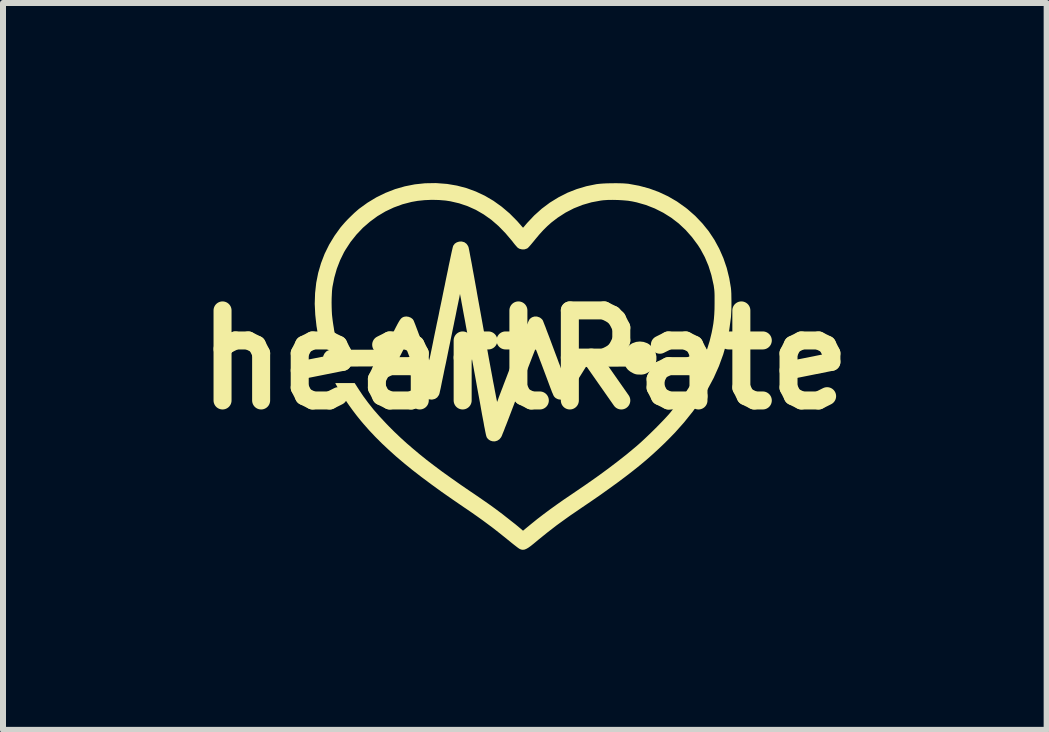
<source format=kicad_pcb>
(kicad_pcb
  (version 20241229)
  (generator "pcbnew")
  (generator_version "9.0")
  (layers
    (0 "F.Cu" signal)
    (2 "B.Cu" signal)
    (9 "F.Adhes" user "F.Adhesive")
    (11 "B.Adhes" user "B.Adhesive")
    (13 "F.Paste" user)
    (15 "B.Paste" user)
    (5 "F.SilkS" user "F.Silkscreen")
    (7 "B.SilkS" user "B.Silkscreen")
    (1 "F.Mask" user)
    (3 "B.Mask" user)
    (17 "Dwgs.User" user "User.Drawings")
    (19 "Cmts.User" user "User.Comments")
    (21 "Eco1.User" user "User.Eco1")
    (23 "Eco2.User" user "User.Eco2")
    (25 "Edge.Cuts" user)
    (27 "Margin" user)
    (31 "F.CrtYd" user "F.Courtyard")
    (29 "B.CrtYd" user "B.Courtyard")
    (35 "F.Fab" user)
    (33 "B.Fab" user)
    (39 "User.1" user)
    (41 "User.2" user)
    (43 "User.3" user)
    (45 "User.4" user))
  (footprint "heartRate"
    (layer "F.Cu")
    (at 5.693 2.943)
    (property "Reference" "heartRate" (at 0 0 0) (layer "F.SilkS") (effects (font (size 1.5 1.5) (thickness 0.3))))
    (attr board_only exclude_from_pos_files exclude_from_bom)
    (fp_poly (pts (xy -1.465 -2.942) (xy -1.295 -2.929) (xy -1.13 -2.901) (xy -0.97 -2.859) (xy -0.815 -2.802) (xy -0.666 -2.732) (xy -0.523 -2.648) (xy -0.385 -2.549) (xy -0.254 -2.438) (xy -0.129 -2.312) (xy -0.051 -2.223) (xy -0.038 -2.208) (xy -0.029 -2.2) (xy -0.028 -2.2) (xy -0.023 -2.207) (xy -0.009 -2.222) (xy 0.01 -2.245) (xy 0.034 -2.273) (xy 0.039 -2.279) (xy 0.157 -2.404) (xy 0.283 -2.517) (xy 0.418 -2.618) (xy 0.561 -2.706) (xy 0.71 -2.782) (xy 0.865 -2.843) (xy 1.026 -2.891) (xy 1.192 -2.925) (xy 1.209 -2.927) (xy 1.254 -2.932) (xy 1.31 -2.936) (xy 1.375 -2.939) (xy 1.444 -2.94) (xy 1.514 -2.941) (xy 1.581 -2.94) (xy 1.643 -2.938) (xy 1.696 -2.934) (xy 1.727 -2.931) (xy 1.902 -2.899) (xy 2.07 -2.854) (xy 2.231 -2.795) (xy 2.387 -2.722) (xy 2.535 -2.636) (xy 2.677 -2.535) (xy 2.709 -2.51) (xy 2.839 -2.396) (xy 2.957 -2.272) (xy 3.064 -2.14) (xy 3.158 -1.998) (xy 3.239 -1.849) (xy 3.308 -1.692) (xy 3.364 -1.528) (xy 3.406 -1.357) (xy 3.433 -1.198) (xy 3.437 -1.157) (xy 3.44 -1.104) (xy 3.441 -1.043) (xy 3.442 -0.976) (xy 3.442 -0.907) (xy 3.441 -0.84) (xy 3.438 -0.777) (xy 3.435 -0.722) (xy 3.433 -0.7) (xy 3.405 -0.493) (xy 3.363 -0.29) (xy 3.305 -0.089) (xy 3.233 0.108) (xy 3.147 0.301) (xy 3.045 0.492) (xy 2.929 0.68) (xy 2.797 0.864) (xy 2.651 1.046) (xy 2.505 1.21) (xy 2.414 1.304) (xy 2.321 1.397) (xy 2.226 1.487) (xy 2.128 1.577) (xy 2.025 1.668) (xy 1.916 1.759) (xy 1.801 1.851) (xy 1.678 1.946) (xy 1.546 2.045) (xy 1.405 2.147) (xy 1.254 2.255) (xy 1.09 2.368) (xy 0.947 2.465) (xy 0.848 2.533) (xy 0.758 2.594) (xy 0.677 2.652) (xy 0.602 2.706) (xy 0.529 2.759) (xy 0.458 2.814) (xy 0.384 2.871) (xy 0.307 2.933) (xy 0.223 3.001) (xy 0.146 3.065) (xy 0.097 3.104) (xy 0.056 3.133) (xy 0.022 3.152) (xy -0.007 3.163) (xy -0.034 3.166) (xy -0.061 3.162) (xy -0.081 3.154) (xy -0.094 3.147) (xy -0.117 3.131) (xy -0.147 3.108) (xy -0.183 3.08) (xy -0.222 3.049) (xy -0.245 3.03) (xy -0.348 2.947) (xy -0.442 2.872) (xy -0.53 2.803) (xy -0.616 2.739) (xy -0.701 2.676) (xy -0.789 2.613) (xy -0.883 2.547) (xy -0.985 2.477) (xy -1.008 2.462) (xy -1.206 2.326) (xy -1.391 2.197) (xy -1.563 2.072) (xy -1.724 1.952) (xy -1.874 1.836) (xy -2.014 1.722) (xy -2.145 1.611) (xy -2.267 1.501) (xy -2.382 1.393) (xy -2.49 1.285) (xy -2.592 1.177) (xy -2.688 1.068) (xy -2.732 1.016) (xy -2.799 0.933) (xy -2.866 0.845) (xy -2.931 0.755) (xy -2.993 0.664) (xy -3.05 0.576) (xy -3.101 0.494) (xy -3.142 0.419) (xy -3.146 0.413) (xy -3.158 0.388) (xy -2.996 0.388) (xy -2.834 0.389) (xy -2.77 0.489) (xy -2.692 0.606) (xy -2.609 0.718) (xy -2.521 0.829) (xy -2.424 0.94) (xy -2.317 1.055) (xy -2.268 1.106) (xy -2.172 1.202) (xy -2.073 1.296) (xy -1.971 1.389) (xy -1.864 1.481) (xy -1.752 1.575) (xy -1.634 1.67) (xy -1.507 1.767) (xy -1.372 1.868) (xy -1.226 1.972) (xy -1.07 2.082) (xy -0.902 2.197) (xy -0.848 2.233) (xy -0.762 2.292) (xy -0.687 2.344) (xy -0.619 2.391) (xy -0.556 2.436) (xy -0.495 2.48) (xy -0.435 2.525) (xy -0.371 2.573) (xy -0.303 2.627) (xy -0.301 2.628) (xy -0.224 2.689) (xy -0.157 2.741) (xy -0.102 2.787) (xy -0.074 2.81) (xy -0.03 2.848) (xy 0.006 2.818) (xy 0.107 2.735) (xy 0.207 2.654) (xy 0.31 2.575) (xy 0.416 2.496) (xy 0.53 2.414) (xy 0.651 2.329) (xy 0.784 2.239) (xy 0.8 2.228) (xy 1.004 2.089) (xy 1.194 1.956) (xy 1.371 1.827) (xy 1.536 1.702) (xy 1.689 1.582) (xy 1.83 1.465) (xy 1.893 1.411) (xy 1.941 1.368) (xy 1.996 1.317) (xy 2.056 1.26) (xy 2.118 1.2) (xy 2.181 1.138) (xy 2.242 1.076) (xy 2.299 1.017) (xy 2.35 0.963) (xy 2.393 0.916) (xy 2.412 0.894) (xy 2.549 0.725) (xy 2.672 0.557) (xy 2.78 0.387) (xy 2.874 0.217) (xy 2.955 0.044) (xy 3.023 -0.132) (xy 3.079 -0.312) (xy 3.112 -0.448) (xy 3.128 -0.529) (xy 3.141 -0.605) (xy 3.15 -0.68) (xy 3.156 -0.758) (xy 3.16 -0.843) (xy 3.161 -0.939) (xy 3.161 -0.951) (xy 3.161 -1.015) (xy 3.161 -1.067) (xy 3.16 -1.109) (xy 3.158 -1.144) (xy 3.155 -1.175) (xy 3.151 -1.204) (xy 3.147 -1.235) (xy 3.144 -1.249) (xy 3.108 -1.41) (xy 3.06 -1.563) (xy 2.999 -1.708) (xy 2.925 -1.845) (xy 2.884 -1.909) (xy 2.786 -2.041) (xy 2.68 -2.161) (xy 2.564 -2.27) (xy 2.439 -2.366) (xy 2.306 -2.449) (xy 2.165 -2.52) (xy 2.017 -2.578) (xy 1.863 -2.622) (xy 1.788 -2.638) (xy 1.719 -2.649) (xy 1.639 -2.656) (xy 1.554 -2.661) (xy 1.467 -2.663) (xy 1.383 -2.662) (xy 1.307 -2.657) (xy 1.267 -2.652) (xy 1.111 -2.623) (xy 0.962 -2.58) (xy 0.818 -2.523) (xy 0.68 -2.452) (xy 0.548 -2.367) (xy 0.441 -2.285) (xy 0.375 -2.226) (xy 0.309 -2.161) (xy 0.241 -2.086) (xy 0.169 -2) (xy 0.149 -1.975) (xy 0.119 -1.939) (xy 0.092 -1.907) (xy 0.068 -1.88) (xy 0.05 -1.862) (xy 0.039 -1.854) (xy -0.003 -1.839) (xy -0.046 -1.838) (xy -0.088 -1.848) (xy -0.116 -1.864) (xy -0.128 -1.876) (xy -0.146 -1.896) (xy -0.17 -1.924) (xy -0.196 -1.957) (xy -0.211 -1.977) (xy -0.323 -2.109) (xy -0.439 -2.228) (xy -0.559 -2.332) (xy -0.685 -2.421) (xy -0.816 -2.497) (xy -0.952 -2.558) (xy -1.094 -2.606) (xy -1.241 -2.64) (xy -1.319 -2.652) (xy -1.429 -2.661) (xy -1.547 -2.664) (xy -1.668 -2.659) (xy -1.785 -2.647) (xy -1.887 -2.629) (xy -2.037 -2.59) (xy -2.182 -2.537) (xy -2.322 -2.471) (xy -2.455 -2.392) (xy -2.58 -2.3) (xy -2.698 -2.198) (xy -2.805 -2.085) (xy -2.903 -1.962) (xy -2.989 -1.83) (xy -3.012 -1.791) (xy -3.077 -1.658) (xy -3.132 -1.516) (xy -3.174 -1.368) (xy -3.204 -1.217) (xy -3.207 -1.196) (xy -3.212 -1.149) (xy -3.215 -1.091) (xy -3.218 -1.024) (xy -3.219 -0.954) (xy -3.218 -0.885) (xy -3.216 -0.818) (xy -3.213 -0.76) (xy -3.211 -0.737) (xy -3.207 -0.702) (xy -3.202 -0.661) (xy -3.196 -0.616) (xy -3.189 -0.571) (xy -3.182 -0.529) (xy -3.177 -0.493) (xy -3.172 -0.467) (xy -3.169 -0.455) (xy -3.168 -0.45) (xy -3.171 -0.447) (xy -3.18 -0.444) (xy -3.197 -0.443) (xy -3.223 -0.442) (xy -3.26 -0.441) (xy -3.305 -0.441) (xy -3.35 -0.442) (xy -3.389 -0.443) (xy -3.421 -0.444) (xy -3.442 -0.446) (xy -3.45 -0.448) (xy -3.453 -0.458) (xy -3.457 -0.48) (xy -3.462 -0.511) (xy -3.468 -0.548) (xy -3.47 -0.557) (xy -3.491 -0.748) (xy -3.5 -0.932) (xy -3.494 -1.11) (xy -3.475 -1.282) (xy -3.442 -1.448) (xy -3.395 -1.609) (xy -3.335 -1.765) (xy -3.26 -1.917) (xy -3.171 -2.064) (xy -3.074 -2.199) (xy -3.038 -2.242) (xy -2.994 -2.292) (xy -2.944 -2.345) (xy -2.891 -2.397) (xy -2.839 -2.447) (xy -2.79 -2.49) (xy -2.762 -2.514) (xy -2.621 -2.616) (xy -2.474 -2.705) (xy -2.321 -2.78) (xy -2.162 -2.842) (xy -1.999 -2.889) (xy -1.832 -2.922) (xy -1.662 -2.94) (xy -1.489 -2.943)) (stroke (width 0) (type solid)) (fill yes) (layer "F.SilkS"))
    (fp_poly (pts (xy -1.012 -1.959) (xy -1.006 -1.957) (xy -0.971 -1.931) (xy -0.946 -1.895) (xy -0.937 -1.872) (xy -0.934 -1.858) (xy -0.928 -1.83) (xy -0.92 -1.788) (xy -0.91 -1.733) (xy -0.897 -1.665) (xy -0.882 -1.586) (xy -0.866 -1.495) (xy -0.847 -1.394) (xy -0.827 -1.282) (xy -0.805 -1.161) (xy -0.796 -1.107) (xy -0.775 -0.99) (xy -0.753 -0.87) (xy -0.731 -0.748) (xy -0.709 -0.626) (xy -0.687 -0.503) (xy -0.665 -0.382) (xy -0.643 -0.262) (xy -0.621 -0.146) (xy -0.601 -0.033) (xy -0.581 0.075) (xy -0.562 0.178) (xy -0.544 0.274) (xy -0.528 0.363) (xy -0.512 0.443) (xy -0.499 0.514) (xy -0.487 0.575) (xy -0.478 0.625) (xy -0.47 0.663) (xy -0.465 0.688) (xy -0.463 0.699) (xy -0.462 0.7) (xy -0.457 0.694) (xy -0.457 0.692) (xy -0.454 0.683) (xy -0.446 0.662) (xy -0.435 0.63) (xy -0.42 0.59) (xy -0.402 0.543) (xy -0.382 0.49) (xy -0.375 0.473) (xy -0.353 0.414) (xy -0.33 0.354) (xy -0.308 0.297) (xy -0.288 0.244) (xy -0.271 0.2) (xy -0.258 0.168) (xy -0.258 0.167) (xy -0.207 0.035) (xy -0.162 -0.084) (xy -0.121 -0.19) (xy -0.085 -0.284) (xy -0.053 -0.366) (xy -0.025 -0.437) (xy -0.000324 -0.498) (xy 0.021 -0.548) (xy 0.038 -0.59) (xy 0.053 -0.623) (xy 0.065 -0.649) (xy 0.074 -0.667) (xy 0.082 -0.678) (xy 0.085 -0.682) (xy 0.119 -0.707) (xy 0.159 -0.72) (xy 0.202 -0.72) (xy 0.244 -0.706) (xy 0.259 -0.697) (xy 0.28 -0.68) (xy 0.296 -0.662) (xy 0.299 -0.656) (xy 0.304 -0.645) (xy 0.313 -0.622) (xy 0.327 -0.586) (xy 0.345 -0.541) (xy 0.365 -0.486) (xy 0.389 -0.424) (xy 0.415 -0.356) (xy 0.442 -0.283) (xy 0.464 -0.224) (xy 0.492 -0.149) (xy 0.519 -0.077) (xy 0.544 -0.011) (xy 0.566 0.049) (xy 0.586 0.1) (xy 0.602 0.143) (xy 0.614 0.174) (xy 0.621 0.194) (xy 0.623 0.201) (xy 0.627 0.203) (xy 0.634 0.197) (xy 0.645 0.183) (xy 0.661 0.16) (xy 0.683 0.127) (xy 0.711 0.082) (xy 0.732 0.048) (xy 0.761 0.003) (xy 0.788 -0.039) (xy 0.811 -0.076) (xy 0.83 -0.104) (xy 0.844 -0.124) (xy 0.85 -0.131) (xy 0.859 -0.139) (xy 0.868 -0.146) (xy 0.879 -0.151) (xy 0.892 -0.156) (xy 0.91 -0.159) (xy 0.932 -0.162) (xy 0.962 -0.164) (xy 0.999 -0.166) (xy 1.046 -0.167) (xy 1.103 -0.167) (xy 1.172 -0.167) (xy 1.255 -0.167) (xy 1.301 -0.167) (xy 1.375 -0.168) (xy 1.445 -0.168) (xy 1.509 -0.168) (xy 1.564 -0.169) (xy 1.611 -0.17) (xy 1.647 -0.171) (xy 1.671 -0.172) (xy 1.681 -0.174) (xy 1.682 -0.174) (xy 1.688 -0.188) (xy 1.703 -0.206) (xy 1.726 -0.228) (xy 1.752 -0.249) (xy 1.778 -0.267) (xy 1.792 -0.275) (xy 1.854 -0.297) (xy 1.917 -0.304) (xy 1.979 -0.297) (xy 2.039 -0.276) (xy 2.068 -0.259) (xy 2.116 -0.219) (xy 2.154 -0.171) (xy 2.179 -0.115) (xy 2.192 -0.056) (xy 2.192 0.006) (xy 2.178 0.067) (xy 2.176 0.071) (xy 2.152 0.118) (xy 2.115 0.163) (xy 2.072 0.201) (xy 2.03 0.225) (xy 2.002 0.237) (xy 1.978 0.243) (xy 1.951 0.247) (xy 1.918 0.247) (xy 1.882 0.246) (xy 1.855 0.243) (xy 1.831 0.236) (xy 1.809 0.227) (xy 1.757 0.198) (xy 1.718 0.167) (xy 1.696 0.14) (xy 1.678 0.114) (xy 1.348 0.116) (xy 1.018 0.118) (xy 0.871 0.354) (xy 0.836 0.409) (xy 0.803 0.461) (xy 0.774 0.508) (xy 0.748 0.548) (xy 0.727 0.581) (xy 0.711 0.603) (xy 0.704 0.614) (xy 0.672 0.643) (xy 0.635 0.66) (xy 0.594 0.665) (xy 0.553 0.658) (xy 0.516 0.64) (xy 0.497 0.623) (xy 0.492 0.617) (xy 0.487 0.611) (xy 0.482 0.603) (xy 0.477 0.594) (xy 0.471 0.58) (xy 0.463 0.561) (xy 0.452 0.537) (xy 0.44 0.504) (xy 0.424 0.463) (xy 0.405 0.412) (xy 0.382 0.35) (xy 0.354 0.275) (xy 0.339 0.235) (xy 0.306 0.147) (xy 0.278 0.072) (xy 0.254 0.01) (xy 0.235 -0.042) (xy 0.219 -0.083) (xy 0.207 -0.115) (xy 0.197 -0.14) (xy 0.19 -0.157) (xy 0.185 -0.169) (xy 0.181 -0.175) (xy 0.178 -0.178) (xy 0.177 -0.177) (xy 0.175 -0.175) (xy 0.174 -0.173) (xy 0.17 -0.164) (xy 0.161 -0.141) (xy 0.147 -0.106) (xy 0.129 -0.06) (xy 0.107 -0.003) (xy 0.081 0.064) (xy 0.052 0.139) (xy 0.02 0.221) (xy -0.014 0.311) (xy -0.051 0.406) (xy -0.089 0.506) (xy -0.129 0.61) (xy -0.145 0.651) (xy -0.187 0.761) (xy -0.224 0.858) (xy -0.256 0.942) (xy -0.284 1.015) (xy -0.308 1.077) (xy -0.329 1.129) (xy -0.345 1.172) (xy -0.359 1.207) (xy -0.371 1.235) (xy -0.379 1.257) (xy -0.386 1.273) (xy -0.392 1.284) (xy -0.396 1.292) (xy -0.396 1.292) (xy -0.423 1.325) (xy -0.458 1.348) (xy -0.499 1.36) (xy -0.541 1.358) (xy -0.577 1.346) (xy -0.602 1.33) (xy -0.623 1.309) (xy -0.628 1.302) (xy -0.631 1.298) (xy -0.634 1.293) (xy -0.636 1.287) (xy -0.639 1.28) (xy -0.642 1.27) (xy -0.646 1.256) (xy -0.65 1.238) (xy -0.655 1.214) (xy -0.661 1.185) (xy -0.668 1.148) (xy -0.677 1.104) (xy -0.686 1.051) (xy -0.698 0.988) (xy -0.712 0.915) (xy -0.727 0.831) (xy -0.744 0.734) (xy -0.764 0.625) (xy -0.787 0.502) (xy -0.796 0.453) (xy -0.816 0.339) (xy -0.837 0.224) (xy -0.858 0.108) (xy -0.88 -0.008) (xy -0.901 -0.123) (xy -0.921 -0.236) (xy -0.942 -0.347) (xy -0.961 -0.453) (xy -0.98 -0.554) (xy -0.997 -0.65) (xy -1.014 -0.739) (xy -1.029 -0.82) (xy -1.042 -0.893) (xy -1.054 -0.956) (xy -1.063 -1.009) (xy -1.071 -1.05) (xy -1.077 -1.078) (xy -1.079 -1.093) (xy -1.08 -1.095) (xy -1.082 -1.087) (xy -1.086 -1.065) (xy -1.092 -1.033) (xy -1.101 -0.992) (xy -1.111 -0.943) (xy -1.122 -0.89) (xy -1.123 -0.886) (xy -1.135 -0.827) (xy -1.146 -0.77) (xy -1.157 -0.716) (xy -1.167 -0.669) (xy -1.175 -0.631) (xy -1.179 -0.609) (xy -1.184 -0.584) (xy -1.192 -0.546) (xy -1.202 -0.498) (xy -1.213 -0.443) (xy -1.226 -0.382) (xy -1.239 -0.318) (xy -1.247 -0.278) (xy -1.263 -0.202) (xy -1.28 -0.118) (xy -1.298 -0.029) (xy -1.316 0.059) (xy -1.334 0.141) (xy -1.349 0.214) (xy -1.35 0.221) (xy -1.367 0.302) (xy -1.381 0.369) (xy -1.392 0.424) (xy -1.401 0.469) (xy -1.409 0.504) (xy -1.415 0.53) (xy -1.419 0.55) (xy -1.423 0.565) (xy -1.426 0.575) (xy -1.429 0.582) (xy -1.432 0.588) (xy -1.434 0.592) (xy -1.46 0.628) (xy -1.496 0.652) (xy -1.539 0.663) (xy -1.557 0.664) (xy -1.601 0.658) (xy -1.637 0.64) (xy -1.66 0.618) (xy -1.667 0.606) (xy -1.679 0.58) (xy -1.695 0.542) (xy -1.715 0.492) (xy -1.739 0.432) (xy -1.766 0.361) (xy -1.797 0.281) (xy -1.83 0.193) (xy -1.834 0.183) (xy -1.862 0.108) (xy -1.889 0.038) (xy -1.913 -0.027) (xy -1.936 -0.084) (xy -1.955 -0.134) (xy -1.971 -0.174) (xy -1.983 -0.203) (xy -1.99 -0.22) (xy -1.993 -0.224) (xy -1.997 -0.216) (xy -2.008 -0.197) (xy -2.023 -0.168) (xy -2.042 -0.132) (xy -2.063 -0.09) (xy -2.07 -0.077) (xy -2.095 -0.029) (xy -2.114 0.008) (xy -2.13 0.036) (xy -2.143 0.055) (xy -2.154 0.07) (xy -2.165 0.08) (xy -2.175 0.088) (xy -2.208 0.11) (xy -2.717 0.112) (xy -2.834 0.113) (xy -2.936 0.113) (xy -3.024 0.113) (xy -3.097 0.112) (xy -3.156 0.111) (xy -3.202 0.11) (xy -3.234 0.109) (xy -3.253 0.107) (xy -3.257 0.106) (xy -3.289 0.092) (xy -3.319 0.069) (xy -3.344 0.042) (xy -3.356 0.018) (xy -3.363 -0.025) (xy -3.356 -0.067) (xy -3.337 -0.105) (xy -3.309 -0.137) (xy -3.285 -0.151) (xy -3.278 -0.155) (xy -3.271 -0.157) (xy -3.261 -0.16) (xy -3.25 -0.162) (xy -3.234 -0.163) (xy -3.213 -0.165) (xy -3.185 -0.166) (xy -3.15 -0.166) (xy -3.106 -0.167) (xy -3.052 -0.167) (xy -2.986 -0.167) (xy -2.909 -0.167) (xy -2.817 -0.167) (xy -2.794 -0.167) (xy -2.336 -0.167) (xy -2.211 -0.417) (xy -2.176 -0.487) (xy -2.147 -0.544) (xy -2.123 -0.59) (xy -2.103 -0.626) (xy -2.086 -0.654) (xy -2.071 -0.675) (xy -2.058 -0.69) (xy -2.045 -0.7) (xy -2.032 -0.708) (xy -2.017 -0.714) (xy -2.012 -0.716) (xy -1.975 -0.721) (xy -1.935 -0.715) (xy -1.898 -0.7) (xy -1.868 -0.677) (xy -1.854 -0.656) (xy -1.849 -0.645) (xy -1.839 -0.62) (xy -1.825 -0.585) (xy -1.808 -0.54) (xy -1.788 -0.487) (xy -1.766 -0.428) (xy -1.741 -0.364) (xy -1.723 -0.315) (xy -1.698 -0.249) (xy -1.675 -0.187) (xy -1.654 -0.131) (xy -1.635 -0.081) (xy -1.62 -0.041) (xy -1.608 -0.011) (xy -1.601 0.008) (xy -1.599 0.013) (xy -1.596 0.009) (xy -1.59 -0.007) (xy -1.583 -0.034) (xy -1.575 -0.069) (xy -1.569 -0.097) (xy -1.563 -0.127) (xy -1.554 -0.17) (xy -1.543 -0.224) (xy -1.53 -0.288) (xy -1.516 -0.359) (xy -1.5 -0.437) (xy -1.483 -0.518) (xy -1.466 -0.602) (xy -1.453 -0.662) (xy -1.435 -0.748) (xy -1.418 -0.835) (xy -1.4 -0.92) (xy -1.383 -1.001) (xy -1.368 -1.076) (xy -1.354 -1.144) (xy -1.342 -1.203) (xy -1.332 -1.249) (xy -1.328 -1.271) (xy -1.305 -1.384) (xy -1.284 -1.483) (xy -1.267 -1.569) (xy -1.251 -1.643) (xy -1.238 -1.705) (xy -1.227 -1.757) (xy -1.218 -1.799) (xy -1.21 -1.833) (xy -1.204 -1.859) (xy -1.199 -1.879) (xy -1.195 -1.892) (xy -1.192 -1.9) (xy -1.191 -1.902) (xy -1.167 -1.934) (xy -1.133 -1.956) (xy -1.094 -1.968) (xy -1.052 -1.97)) (stroke (width 0) (type solid)) (fill yes) (layer "F.SilkS")))
  (gr_rect
    (start -3 -3)
    (end 14.386 9.109)
    (stroke (width 0.1) (type default))
    (fill no)
    (layer "Edge.Cuts")))
</source>
